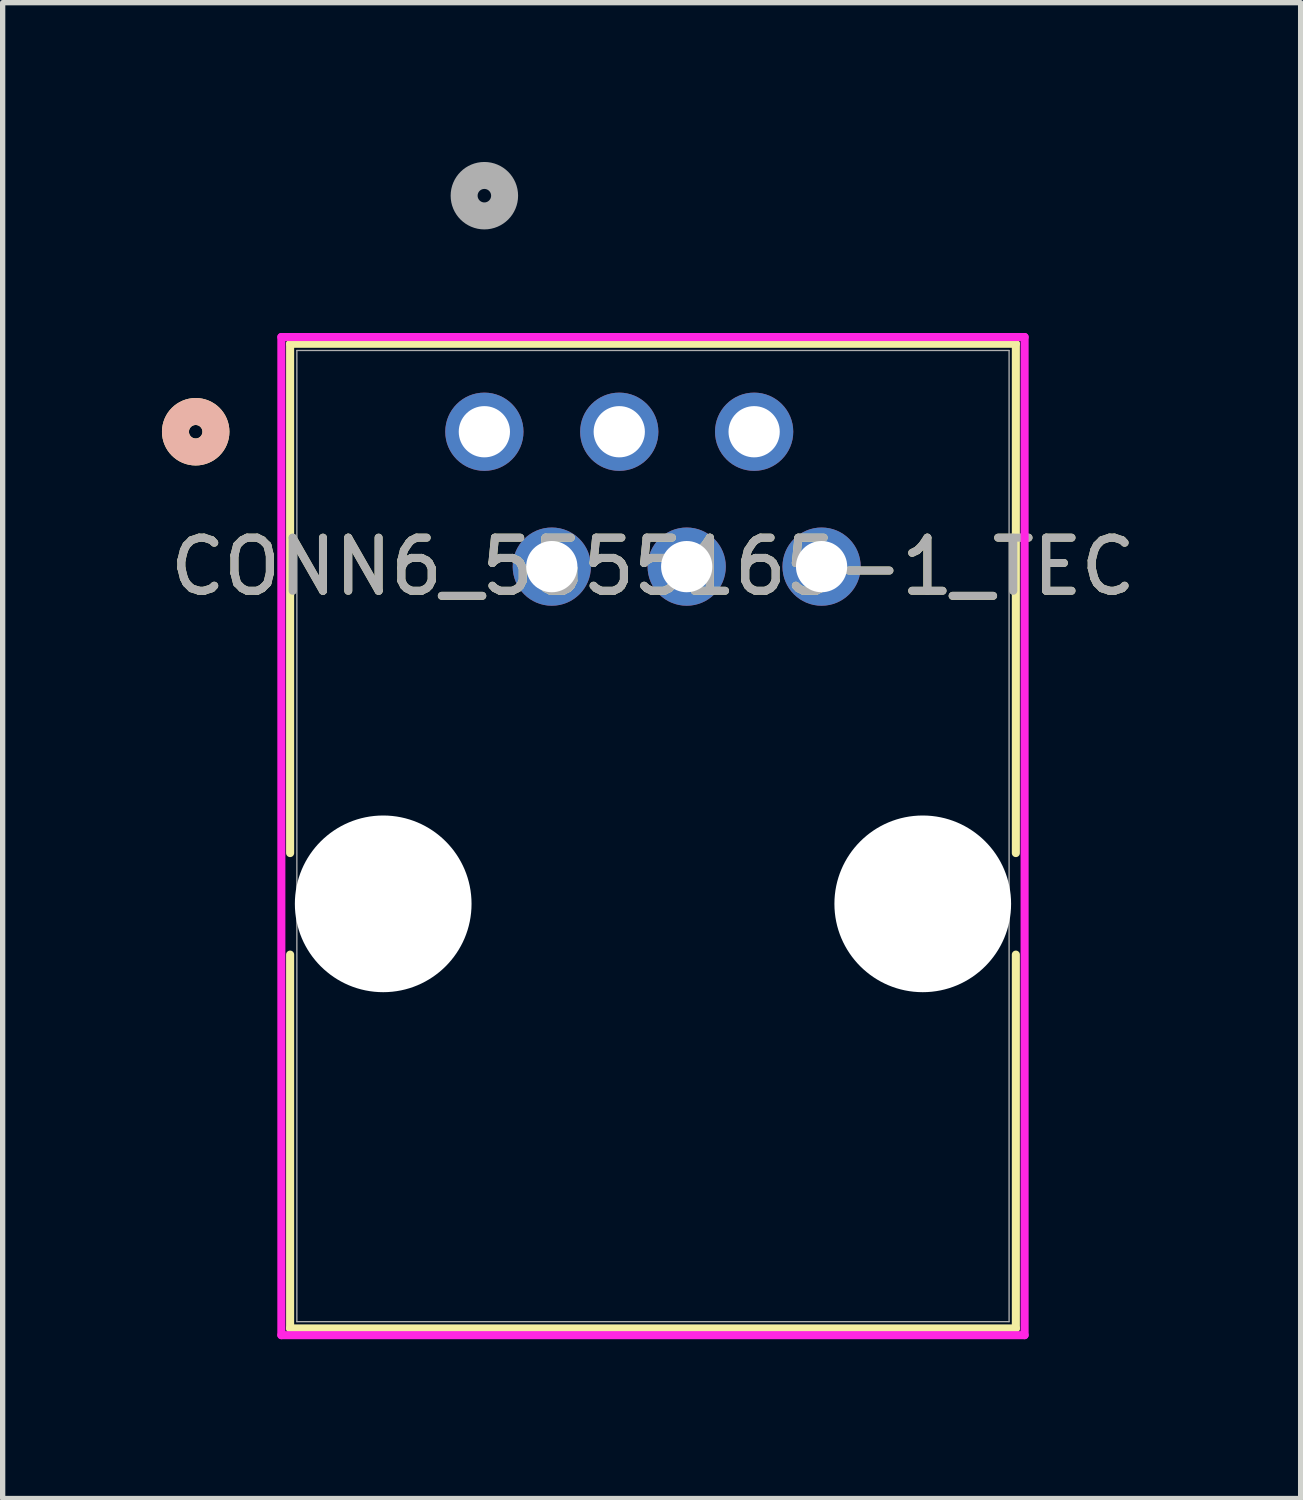
<source format=kicad_pcb>
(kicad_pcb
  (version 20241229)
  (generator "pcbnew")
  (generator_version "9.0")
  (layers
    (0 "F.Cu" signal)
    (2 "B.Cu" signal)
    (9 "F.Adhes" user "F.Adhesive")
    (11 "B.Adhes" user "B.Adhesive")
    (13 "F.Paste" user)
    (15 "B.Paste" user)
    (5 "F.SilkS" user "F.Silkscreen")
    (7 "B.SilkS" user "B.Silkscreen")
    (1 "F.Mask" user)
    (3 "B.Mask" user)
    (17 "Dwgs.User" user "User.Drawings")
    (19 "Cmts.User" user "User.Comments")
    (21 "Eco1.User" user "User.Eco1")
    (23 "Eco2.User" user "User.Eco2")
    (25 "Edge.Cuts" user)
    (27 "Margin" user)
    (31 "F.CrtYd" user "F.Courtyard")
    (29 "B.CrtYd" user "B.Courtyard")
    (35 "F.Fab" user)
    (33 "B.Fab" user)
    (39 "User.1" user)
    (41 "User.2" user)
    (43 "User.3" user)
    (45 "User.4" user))
  (footprint "CONN6_5555165-1_TEC"
    (layer "F.Cu")
    (at 6.071 5.08)
    (property "Reference" "CONN6_5555165-1_TEC" (at 3.175 2.54 0) (unlocked yes) (layer "F.SilkS") (effects (font (size 1 1) (thickness 0.15))))
    (attr through_hole)
    (fp_line (start -3.658 -1.657) (end -3.658 7.934) (stroke (width 0.152) (type solid)) (layer "F.SilkS"))
    (fp_line (start -3.658 9.846) (end -3.658 16.885) (stroke (width 0.152) (type solid)) (layer "F.SilkS"))
    (fp_line (start -3.658 16.885) (end 10.008 16.885) (stroke (width 0.152) (type solid)) (layer "F.SilkS"))
    (fp_line (start 10.008 -1.657) (end -3.658 -1.657) (stroke (width 0.152) (type solid)) (layer "F.SilkS"))
    (fp_line (start 10.008 7.934) (end 10.008 -1.657) (stroke (width 0.152) (type solid)) (layer "F.SilkS"))
    (fp_line (start 10.008 16.885) (end 10.008 9.846) (stroke (width 0.152) (type solid)) (layer "F.SilkS"))
    (fp_circle (center -5.436 0) (end -5.055 0) (stroke (width 0.508) (type solid)) (fill no) (layer "F.SilkS"))
    (fp_circle (center -5.436 0) (end -5.055 0) (stroke (width 0.508) (type solid)) (fill no) (layer "B.SilkS"))
    (fp_line (start -3.823 -1.784) (end -3.823 17.012) (stroke (width 0.152) (type solid)) (layer "F.CrtYd"))
    (fp_line (start -3.823 17.012) (end 10.173 17.012) (stroke (width 0.152) (type solid)) (layer "F.CrtYd"))
    (fp_line (start 10.173 -1.784) (end -3.823 -1.784) (stroke (width 0.152) (type solid)) (layer "F.CrtYd"))
    (fp_line (start 10.173 17.012) (end 10.173 -1.784) (stroke (width 0.152) (type solid)) (layer "F.CrtYd"))
    (fp_line (start -3.531 -1.53) (end -3.531 16.758) (stroke (width 0.025) (type solid)) (layer "F.Fab"))
    (fp_line (start -3.531 16.758) (end 9.881 16.758) (stroke (width 0.025) (type solid)) (layer "F.Fab"))
    (fp_line (start 9.881 -1.53) (end -3.531 -1.53) (stroke (width 0.025) (type solid)) (layer "F.Fab"))
    (fp_line (start 9.881 16.758) (end 9.881 -1.53) (stroke (width 0.025) (type solid)) (layer "F.Fab"))
    (fp_circle (center 0 -4.445) (end 0.381 -4.445) (stroke (width 0.508) (type solid)) (fill no) (layer "F.Fab"))
    (fp_text user "${REFERENCE}" (at 3.175 2.54 0) (unlocked yes) (layer "F.Fab") (effects (font (size 1 1) (thickness 0.15))))
    (pad "" np_thru_hole circle (at -1.905 8.89) (size 3.327 3.327) (drill 3.327) (layers "*.Cu" "*.Mask"))
    (pad "" np_thru_hole circle (at 8.255 8.89) (size 3.327 3.327) (drill 3.327) (layers "*.Cu" "*.Mask"))
    (pad "1" thru_hole circle (at 0 0) (size 1.473 1.473) (drill 0.965) (layers "*.Cu" "*.Mask"))
    (pad "2" thru_hole circle (at 1.27 2.54) (size 1.473 1.473) (drill 0.965) (layers "*.Cu" "*.Mask"))
    (pad "3" thru_hole circle (at 2.54 0) (size 1.473 1.473) (drill 0.965) (layers "*.Cu" "*.Mask"))
    (pad "4" thru_hole circle (at 3.81 2.54) (size 1.473 1.473) (drill 0.965) (layers "*.Cu" "*.Mask"))
    (pad "5" thru_hole circle (at 5.08 0) (size 1.473 1.473) (drill 0.965) (layers "*.Cu" "*.Mask"))
    (pad "6" thru_hole circle (at 6.35 2.54) (size 1.473 1.473) (drill 0.965) (layers "*.Cu" "*.Mask")))
  (gr_rect
    (start -3 -3)
    (end 21.442 25.168)
    (stroke (width 0.1) (type default))
    (fill no)
    (layer "Edge.Cuts")))
</source>
